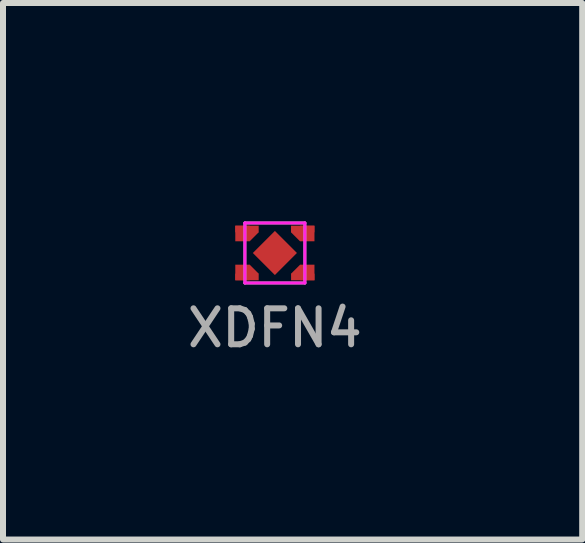
<source format=kicad_pcb>
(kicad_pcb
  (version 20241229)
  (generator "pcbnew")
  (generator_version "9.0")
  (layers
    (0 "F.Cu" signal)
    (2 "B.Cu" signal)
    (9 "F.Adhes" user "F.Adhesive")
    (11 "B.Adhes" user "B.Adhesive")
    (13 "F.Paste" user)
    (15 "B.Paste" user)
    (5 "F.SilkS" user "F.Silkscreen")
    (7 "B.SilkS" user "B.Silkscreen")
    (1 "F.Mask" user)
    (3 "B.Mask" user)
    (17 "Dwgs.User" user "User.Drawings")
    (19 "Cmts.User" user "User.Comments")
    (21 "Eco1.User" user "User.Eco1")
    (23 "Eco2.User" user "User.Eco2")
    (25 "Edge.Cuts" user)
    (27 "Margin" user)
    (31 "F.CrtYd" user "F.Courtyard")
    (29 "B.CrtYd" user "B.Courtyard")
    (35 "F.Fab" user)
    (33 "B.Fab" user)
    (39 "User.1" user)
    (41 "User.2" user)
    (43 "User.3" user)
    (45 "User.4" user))
  (footprint "XDFN4"
    (layer "F.Cu")
    (at 1.533 1.168)
    (property "Reference" "XDFN4" (at 0 1.25 180) (layer "F.Fab") (effects (font (size 0.6 0.6) (thickness 0.1))))
    (attr through_hole)
    (fp_line (start -0.5 -0.5) (end -0.5 0.5) (stroke (width 0.05) (type solid)) (layer "F.CrtYd"))
    (fp_line (start -0.5 0.5) (end 0.5 0.5) (stroke (width 0.05) (type solid)) (layer "F.CrtYd"))
    (fp_line (start 0.5 -0.5) (end -0.5 -0.5) (stroke (width 0.05) (type solid)) (layer "F.CrtYd"))
    (fp_line (start 0.5 0.5) (end 0.5 -0.5) (stroke (width 0.05) (type solid)) (layer "F.CrtYd"))
    (fp_line (start -0.5 -0.5) (end -0.5 0.5) (stroke (width 0.05) (type solid)) (layer "F.Fab"))
    (fp_line (start -0.5 0.5) (end 0.5 0.5) (stroke (width 0.05) (type solid)) (layer "F.Fab"))
    (fp_line (start 0.5 -0.5) (end -0.5 -0.5) (stroke (width 0.05) (type solid)) (layer "F.Fab"))
    (fp_line (start 0.5 0.5) (end 0.5 -0.5) (stroke (width 0.05) (type solid)) (layer "F.Fab"))
    (fp_text user "${REFERENCE}" (at 1.633 -1.016 180) (layer "Eco1.User") (effects (font (size 0.2 0.2) (thickness 0.02))))
    (pad "1" smd rect (at -0.54 -0.325 90) (size 0.26 0.24) (layers "F.Cu" "F.Mask" "F.Paste"))
    (pad "1" smd rect (at -0.465 -0.4 90) (size 0.11 0.39) (layers "F.Cu" "F.Mask" "F.Paste"))
    (pad "1" smd rect (at -0.398 -0.323 45) (size 0.212 0.15) (layers "F.Cu" "F.Mask" "F.Paste"))
    (pad "2" smd rect (at -0.54 0.325 90) (size 0.26 0.24) (layers "F.Cu" "F.Mask" "F.Paste"))
    (pad "2" smd rect (at -0.465 0.4 90) (size 0.11 0.39) (layers "F.Cu" "F.Mask" "F.Paste"))
    (pad "2" smd rect (at -0.398 0.323 135) (size 0.212 0.15) (layers "F.Cu" "F.Mask" "F.Paste"))
    (pad "3" smd rect (at 0.398 0.323 225) (size 0.212 0.15) (layers "F.Cu" "F.Mask" "F.Paste"))
    (pad "3" smd rect (at 0.465 0.4 270) (size 0.11 0.39) (layers "F.Cu" "F.Mask" "F.Paste"))
    (pad "3" smd rect (at 0.54 0.325 270) (size 0.26 0.24) (layers "F.Cu" "F.Mask" "F.Paste"))
    (pad "4" smd rect (at 0.397 -0.323 315) (size 0.212 0.15) (layers "F.Cu" "F.Mask" "F.Paste"))
    (pad "4" smd rect (at 0.464 -0.4 270) (size 0.11 0.39) (layers "F.Cu" "F.Mask" "F.Paste"))
    (pad "4" smd rect (at 0.54 -0.325 270) (size 0.26 0.24) (layers "F.Cu" "F.Mask" "F.Paste"))
    (pad "5" smd rect (at 0 0 45) (size 0.52 0.52) (layers "F.Cu" "F.Mask" "F.Paste")))
  (gr_rect
    (start -3 -3)
    (end 6.657 5.945)
    (stroke (width 0.1) (type default))
    (fill no)
    (layer "Edge.Cuts")))
</source>
